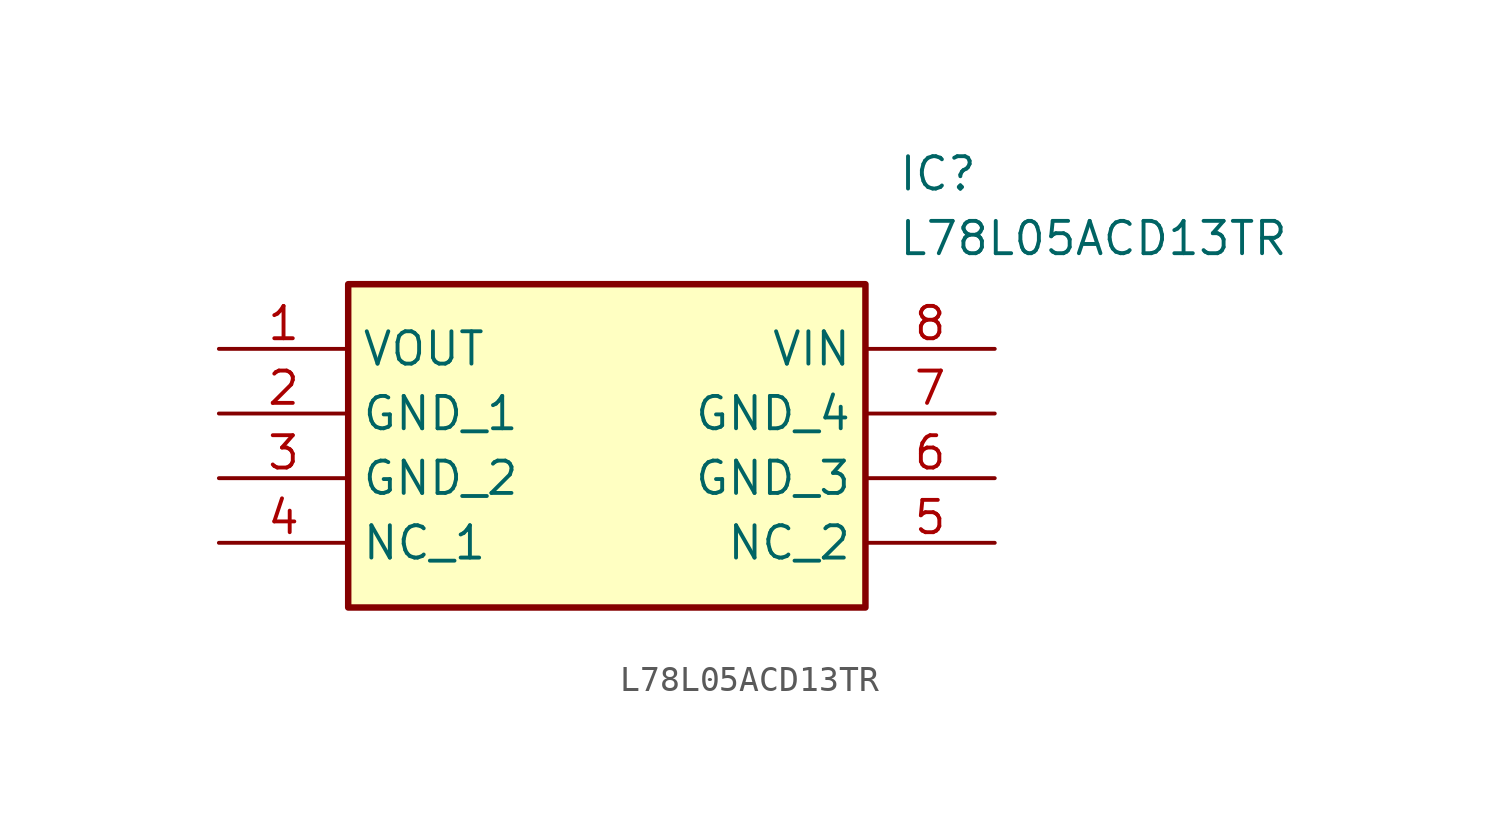
<source format=kicad_sym>
(kicad_symbol_lib
  (version 20211014)
  (generator SamacSys_ECAD_Model)
  (symbol "L78L05ACD13TR"
    (property "Reference" "IC"
      (at 26.67 7.62 0)
      (effects (font (size 1.27 1.27)) (justify left top)))
    (property "Value" "L78L05ACD13TR"
      (at 26.67 5.08 0)
      (effects (font (size 1.27 1.27)) (justify left top)))
    (rectangle
      (start 5.08 2.54)
      (end 25.4 -10.16)
      (stroke (width 0.254) (type default))
      (fill (type background)))
    (pin passive line
      (at 0 0 0)
      (length 5.08)
      (name "VOUT" (effects (font (size 1.27 1.27))))
      (number "1" (effects (font (size 1.27 1.27)))))
    (pin passive line
      (at 0 -2.54 0)
      (length 5.08)
      (name "GND_1" (effects (font (size 1.27 1.27))))
      (number "2" (effects (font (size 1.27 1.27)))))
    (pin passive line
      (at 0 -5.08 0)
      (length 5.08)
      (name "GND_2" (effects (font (size 1.27 1.27))))
      (number "3" (effects (font (size 1.27 1.27)))))
    (pin passive line
      (at 0 -7.62 0)
      (length 5.08)
      (name "NC_1" (effects (font (size 1.27 1.27))))
      (number "4" (effects (font (size 1.27 1.27)))))
    (pin passive line
      (at 30.48 0 180)
      (length 5.08)
      (name "VIN" (effects (font (size 1.27 1.27))))
      (number "8" (effects (font (size 1.27 1.27)))))
    (pin passive line
      (at 30.48 -2.54 180)
      (length 5.08)
      (name "GND_4" (effects (font (size 1.27 1.27))))
      (number "7" (effects (font (size 1.27 1.27)))))
    (pin passive line
      (at 30.48 -5.08 180)
      (length 5.08)
      (name "GND_3" (effects (font (size 1.27 1.27))))
      (number "6" (effects (font (size 1.27 1.27)))))
    (pin passive line
      (at 30.48 -7.62 180)
      (length 5.08)
      (name "NC_2" (effects (font (size 1.27 1.27))))
      (number "5" (effects (font (size 1.27 1.27)))))))
</source>
